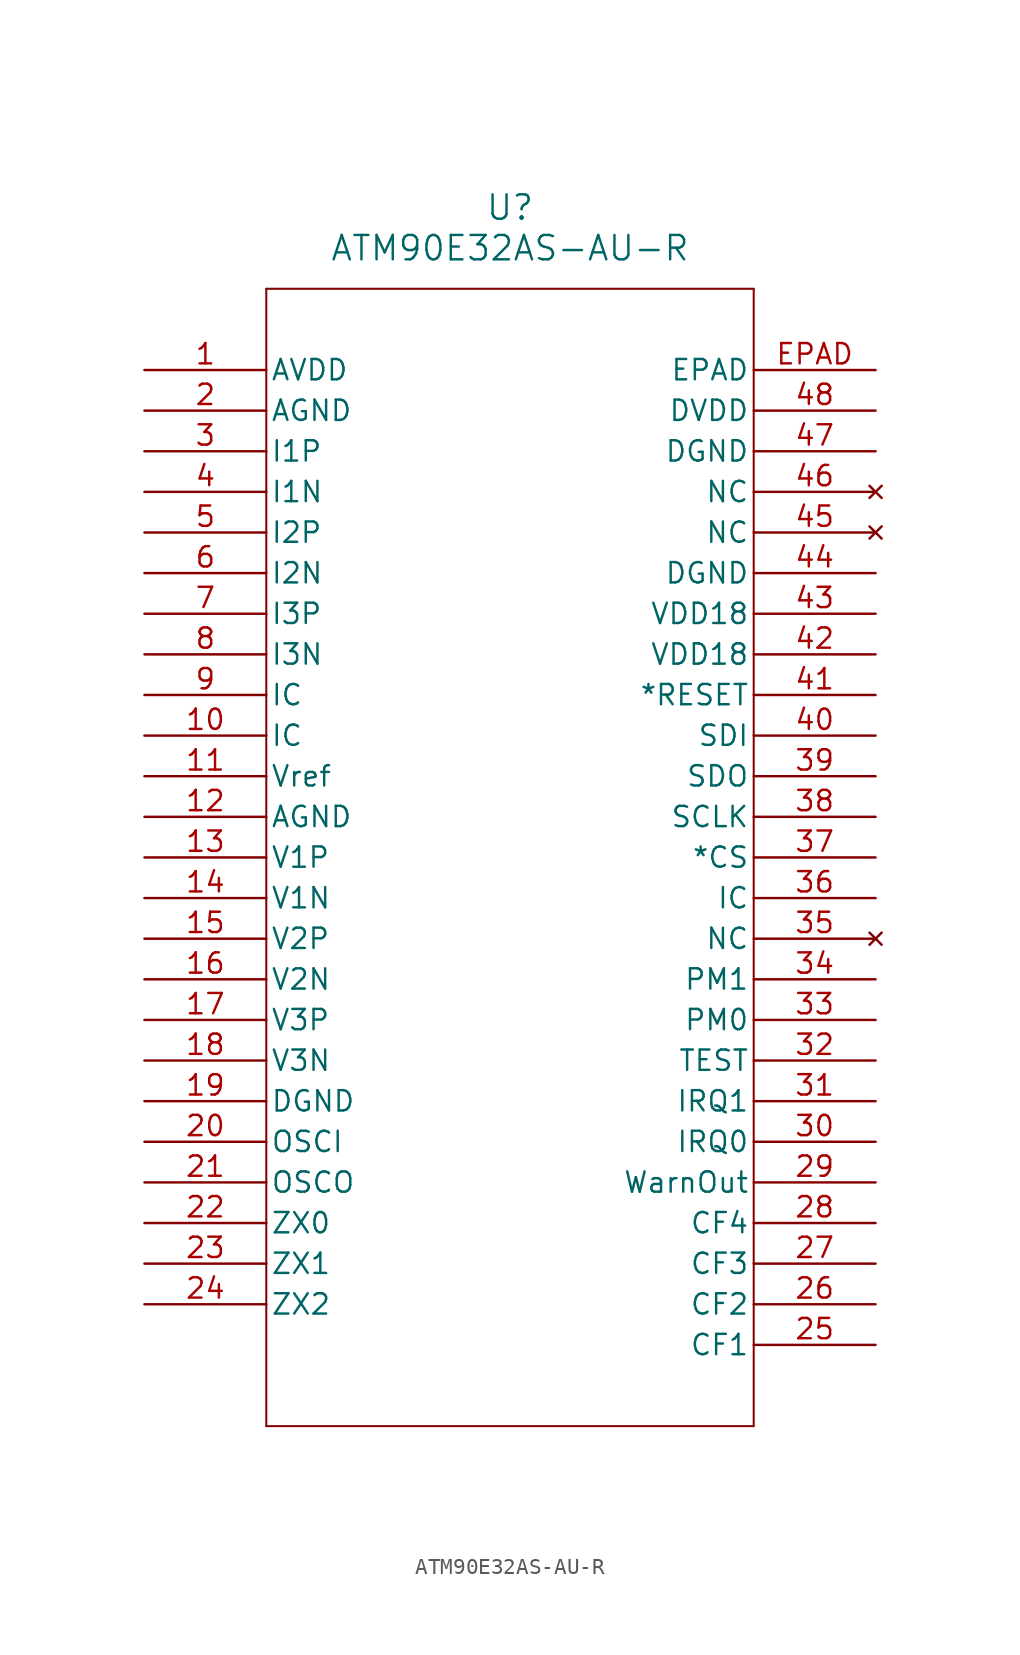
<source format=kicad_sym>
(kicad_symbol_lib
  (version 20211014)
  (generator kicad_symbol_editor)
  (symbol "ATM90E32AS-AU-R"
    (pin_names
      (offset 0.254))
    (property "Reference" "U"
      (at 22.86 10.16 0)
      (effects (font (size 1.524 1.524))))
    (property "Value" "ATM90E32AS-AU-R"
      (at 22.86 7.62 0)
      (effects (font (size 1.524 1.524))))
    (symbol "ATM90E32AS-AU-R_0_1"
      (polyline (pts (xy 7.62 5.08) (xy 7.62 -66.04)) (stroke (width 0.127) (type default) (color 0 0 0 0)) (fill (type none)))
      (polyline (pts (xy 7.62 -66.04) (xy 38.1 -66.04)) (stroke (width 0.127) (type default) (color 0 0 0 0)) (fill (type none)))
      (polyline (pts (xy 38.1 -66.04) (xy 38.1 5.08)) (stroke (width 0.127) (type default) (color 0 0 0 0)) (fill (type none)))
      (polyline (pts (xy 38.1 5.08) (xy 7.62 5.08)) (stroke (width 0.127) (type default) (color 0 0 0 0)) (fill (type none)))
      (pin power_in line (at 0 0 0) (length 7.62) (name "AVDD" (effects (font (size 1.27 1.27)))) (number "1" (effects (font (size 1.27 1.27)))))
      (pin power_out line (at 0 -2.54 0) (length 7.62) (name "AGND" (effects (font (size 1.27 1.27)))) (number "2" (effects (font (size 1.27 1.27)))))
      (pin bidirectional line (at 0 -5.08 0) (length 7.62) (name "I1P" (effects (font (size 1.27 1.27)))) (number "3" (effects (font (size 1.27 1.27)))))
      (pin bidirectional line (at 0 -7.62 0) (length 7.62) (name "I1N" (effects (font (size 1.27 1.27)))) (number "4" (effects (font (size 1.27 1.27)))))
      (pin bidirectional line (at 0 -10.16 0) (length 7.62) (name "I2P" (effects (font (size 1.27 1.27)))) (number "5" (effects (font (size 1.27 1.27)))))
      (pin bidirectional line (at 0 -12.7 0) (length 7.62) (name "I2N" (effects (font (size 1.27 1.27)))) (number "6" (effects (font (size 1.27 1.27)))))
      (pin bidirectional line (at 0 -15.24 0) (length 7.62) (name "I3P" (effects (font (size 1.27 1.27)))) (number "7" (effects (font (size 1.27 1.27)))))
      (pin bidirectional line (at 0 -17.78 0) (length 7.62) (name "I3N" (effects (font (size 1.27 1.27)))) (number "8" (effects (font (size 1.27 1.27)))))
      (pin unspecified line (at 0 -20.32 0) (length 7.62) (name "IC" (effects (font (size 1.27 1.27)))) (number "9" (effects (font (size 1.27 1.27)))))
      (pin unspecified line (at 0 -22.86 0) (length 7.62) (name "IC" (effects (font (size 1.27 1.27)))) (number "10" (effects (font (size 1.27 1.27)))))
      (pin power_in line (at 0 -25.4 0) (length 7.62) (name "Vref" (effects (font (size 1.27 1.27)))) (number "11" (effects (font (size 1.27 1.27)))))
      (pin power_out line (at 0 -27.94 0) (length 7.62) (name "AGND" (effects (font (size 1.27 1.27)))) (number "12" (effects (font (size 1.27 1.27)))))
      (pin bidirectional line (at 0 -30.48 0) (length 7.62) (name "V1P" (effects (font (size 1.27 1.27)))) (number "13" (effects (font (size 1.27 1.27)))))
      (pin bidirectional line (at 0 -33.02 0) (length 7.62) (name "V1N" (effects (font (size 1.27 1.27)))) (number "14" (effects (font (size 1.27 1.27)))))
      (pin bidirectional line (at 0 -35.56 0) (length 7.62) (name "V2P" (effects (font (size 1.27 1.27)))) (number "15" (effects (font (size 1.27 1.27)))))
      (pin bidirectional line (at 0 -38.1 0) (length 7.62) (name "V2N" (effects (font (size 1.27 1.27)))) (number "16" (effects (font (size 1.27 1.27)))))
      (pin bidirectional line (at 0 -40.64 0) (length 7.62) (name "V3P" (effects (font (size 1.27 1.27)))) (number "17" (effects (font (size 1.27 1.27)))))
      (pin bidirectional line (at 0 -43.18 0) (length 7.62) (name "V3N" (effects (font (size 1.27 1.27)))) (number "18" (effects (font (size 1.27 1.27)))))
      (pin power_out line (at 0 -45.72 0) (length 7.62) (name "DGND" (effects (font (size 1.27 1.27)))) (number "19" (effects (font (size 1.27 1.27)))))
      (pin unspecified line (at 0 -48.26 0) (length 7.62) (name "OSCI" (effects (font (size 1.27 1.27)))) (number "20" (effects (font (size 1.27 1.27)))))
      (pin unspecified line (at 0 -50.8 0) (length 7.62) (name "OSCO" (effects (font (size 1.27 1.27)))) (number "21" (effects (font (size 1.27 1.27)))))
      (pin bidirectional line (at 0 -53.34 0) (length 7.62) (name "ZX0" (effects (font (size 1.27 1.27)))) (number "22" (effects (font (size 1.27 1.27)))))
      (pin bidirectional line (at 0 -55.88 0) (length 7.62) (name "ZX1" (effects (font (size 1.27 1.27)))) (number "23" (effects (font (size 1.27 1.27)))))
      (pin unspecified line (at 0 -58.42 0) (length 7.62) (name "ZX2" (effects (font (size 1.27 1.27)))) (number "24" (effects (font (size 1.27 1.27)))))
      (pin bidirectional line (at 45.72 -60.96 180) (length 7.62) (name "CF1" (effects (font (size 1.27 1.27)))) (number "25" (effects (font (size 1.27 1.27)))))
      (pin bidirectional line (at 45.72 -58.42 180) (length 7.62) (name "CF2" (effects (font (size 1.27 1.27)))) (number "26" (effects (font (size 1.27 1.27)))))
      (pin bidirectional line (at 45.72 -55.88 180) (length 7.62) (name "CF3" (effects (font (size 1.27 1.27)))) (number "27" (effects (font (size 1.27 1.27)))))
      (pin bidirectional line (at 45.72 -53.34 180) (length 7.62) (name "CF4" (effects (font (size 1.27 1.27)))) (number "28" (effects (font (size 1.27 1.27)))))
      (pin output line (at 45.72 -50.8 180) (length 7.62) (name "WarnOut" (effects (font (size 1.27 1.27)))) (number "29" (effects (font (size 1.27 1.27)))))
      (pin bidirectional line (at 45.72 -48.26 180) (length 7.62) (name "IRQ0" (effects (font (size 1.27 1.27)))) (number "30" (effects (font (size 1.27 1.27)))))
      (pin bidirectional line (at 45.72 -45.72 180) (length 7.62) (name "IRQ1" (effects (font (size 1.27 1.27)))) (number "31" (effects (font (size 1.27 1.27)))))
      (pin unspecified line (at 45.72 -43.18 180) (length 7.62) (name "TEST" (effects (font (size 1.27 1.27)))) (number "32" (effects (font (size 1.27 1.27)))))
      (pin bidirectional line (at 45.72 -40.64 180) (length 7.62) (name "PM0" (effects (font (size 1.27 1.27)))) (number "33" (effects (font (size 1.27 1.27)))))
      (pin bidirectional line (at 45.72 -38.1 180) (length 7.62) (name "PM1" (effects (font (size 1.27 1.27)))) (number "34" (effects (font (size 1.27 1.27)))))
      (pin no_connect line (at 45.72 -35.56 180) (length 7.62) (name "NC" (effects (font (size 1.27 1.27)))) (number "35" (effects (font (size 1.27 1.27)))))
      (pin unspecified line (at 45.72 -33.02 180) (length 7.62) (name "IC" (effects (font (size 1.27 1.27)))) (number "36" (effects (font (size 1.27 1.27)))))
      (pin unspecified line (at 45.72 -30.48 180) (length 7.62) (name "*CS" (effects (font (size 1.27 1.27)))) (number "37" (effects (font (size 1.27 1.27)))))
      (pin unspecified line (at 45.72 -27.94 180) (length 7.62) (name "SCLK" (effects (font (size 1.27 1.27)))) (number "38" (effects (font (size 1.27 1.27)))))
      (pin unspecified line (at 45.72 -25.4 180) (length 7.62) (name "SDO" (effects (font (size 1.27 1.27)))) (number "39" (effects (font (size 1.27 1.27)))))
      (pin unspecified line (at 45.72 -22.86 180) (length 7.62) (name "SDI" (effects (font (size 1.27 1.27)))) (number "40" (effects (font (size 1.27 1.27)))))
      (pin unspecified line (at 45.72 -20.32 180) (length 7.62) (name "*RESET" (effects (font (size 1.27 1.27)))) (number "41" (effects (font (size 1.27 1.27)))))
      (pin power_in line (at 45.72 -17.78 180) (length 7.62) (name "VDD18" (effects (font (size 1.27 1.27)))) (number "42" (effects (font (size 1.27 1.27)))))
      (pin power_in line (at 45.72 -15.24 180) (length 7.62) (name "VDD18" (effects (font (size 1.27 1.27)))) (number "43" (effects (font (size 1.27 1.27)))))
      (pin power_out line (at 45.72 -12.7 180) (length 7.62) (name "DGND" (effects (font (size 1.27 1.27)))) (number "44" (effects (font (size 1.27 1.27)))))
      (pin no_connect line (at 45.72 -10.16 180) (length 7.62) (name "NC" (effects (font (size 1.27 1.27)))) (number "45" (effects (font (size 1.27 1.27)))))
      (pin no_connect line (at 45.72 -7.62 180) (length 7.62) (name "NC" (effects (font (size 1.27 1.27)))) (number "46" (effects (font (size 1.27 1.27)))))
      (pin power_out line (at 45.72 -5.08 180) (length 7.62) (name "DGND" (effects (font (size 1.27 1.27)))) (number "47" (effects (font (size 1.27 1.27)))))
      (pin power_in line (at 45.72 -2.54 180) (length 7.62) (name "DVDD" (effects (font (size 1.27 1.27)))) (number "48" (effects (font (size 1.27 1.27)))))
      (pin unspecified line (at 45.72 0 180) (length 7.62) (name "EPAD" (effects (font (size 1.27 1.27)))) (number "EPAD" (effects (font (size 1.27 1.27))))))))
</source>
